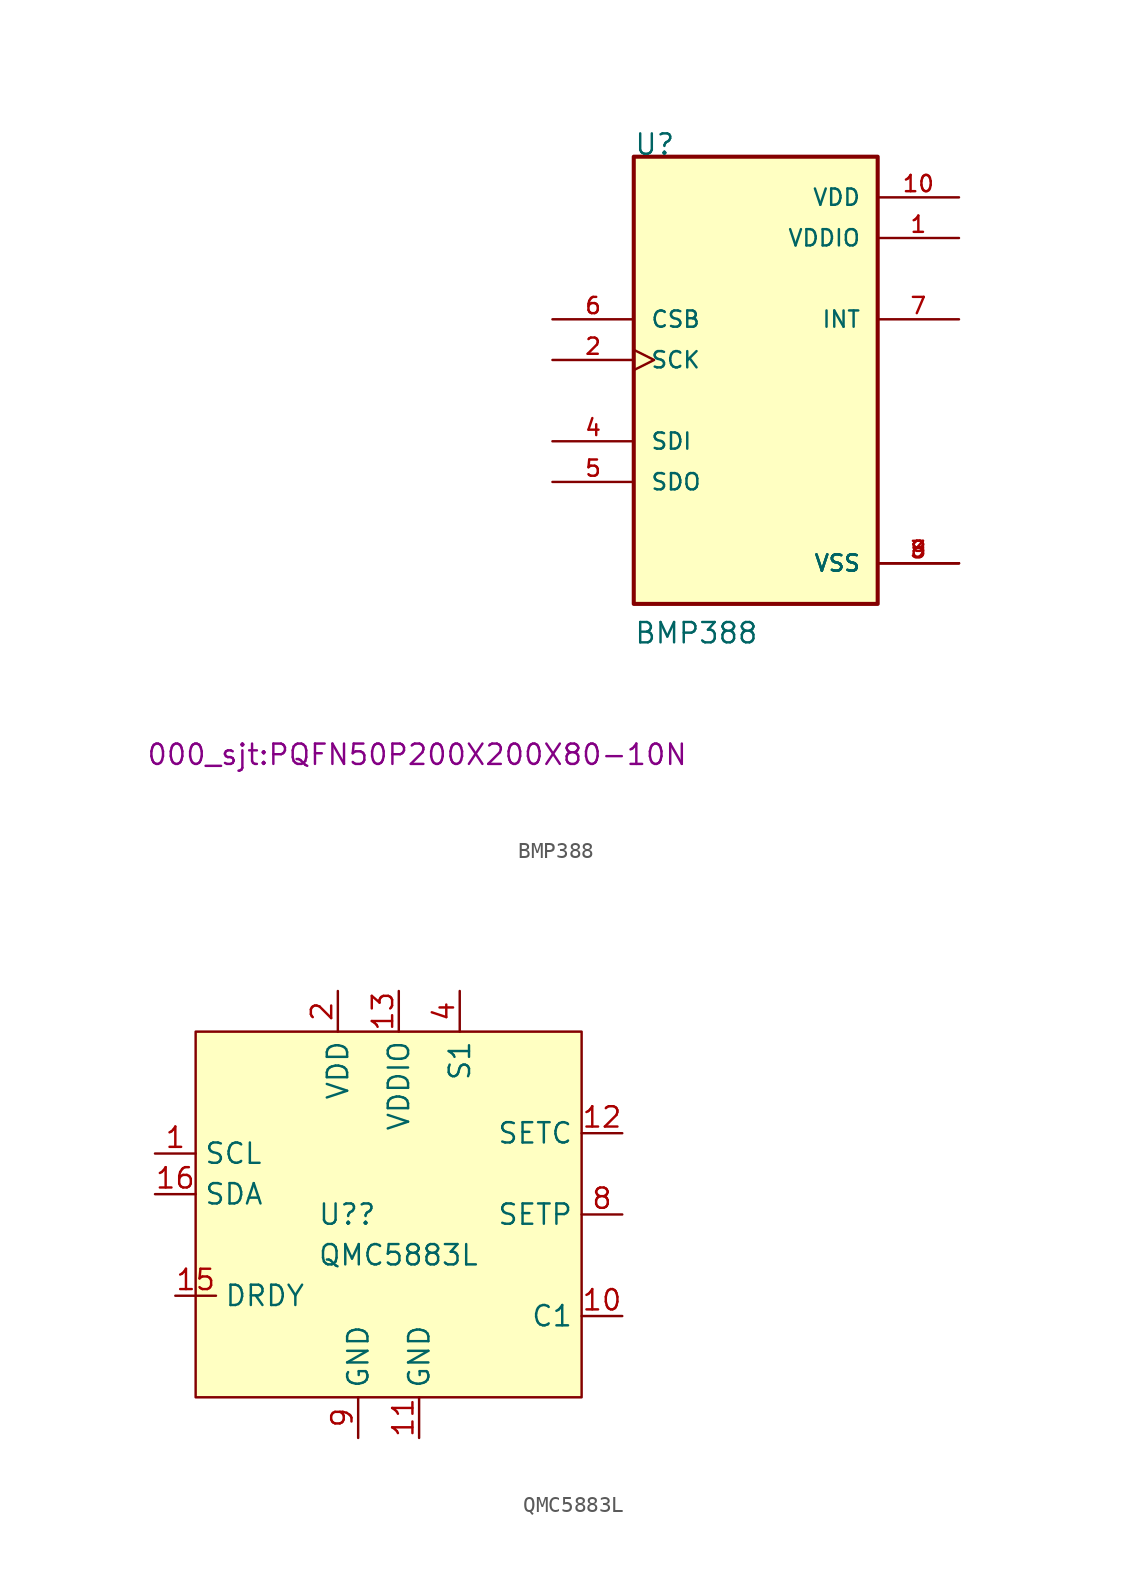
<source format=kicad_sym>
(kicad_symbol_lib
  (version 20211014)
  (generator kicad_symbol_editor)
  (symbol "BMP388"
    (pin_names
      (offset 1.016))
    (property "Reference" "U"
      (at -7.62 15.265 0)
      (effects (font (size 1.27 1.27)) (justify left bottom)))
    (property "Value" "BMP388"
      (at -7.62 -15.265 0)
      (effects (font (size 1.27 1.27)) (justify left bottom)))
    (property "Footprint" "000_sjt:PQFN50P200X200X80-10N"
      (at -38.1 -22.86 0)
      (effects (font (size 1.27 1.27)) (justify left bottom)))
    (symbol "BMP388_0_0"
      (rectangle (start -7.62 -12.7) (end 7.62 15.24) (stroke (width 0.254) (type default) (color 0 0 0 0)) (fill (type background)))
      (pin power_in line (at 12.7 10.16 180) (length 5.08) (name "VDDIO" (effects (font (size 1.016 1.016)))) (number "1" (effects (font (size 1.016 1.016)))))
      (pin power_in line (at 12.7 12.7 180) (length 5.08) (name "VDD" (effects (font (size 1.016 1.016)))) (number "10" (effects (font (size 1.016 1.016)))))
      (pin input clock (at -12.7 2.54 0) (length 5.08) (name "SCK" (effects (font (size 1.016 1.016)))) (number "2" (effects (font (size 1.016 1.016)))))
      (pin power_in line (at 12.7 -10.16 180) (length 5.08) (name "VSS" (effects (font (size 1.016 1.016)))) (number "3" (effects (font (size 1.016 1.016)))))
      (pin bidirectional line (at -12.7 -2.54 0) (length 5.08) (name "SDI" (effects (font (size 1.016 1.016)))) (number "4" (effects (font (size 1.016 1.016)))))
      (pin bidirectional line (at -12.7 -5.08 0) (length 5.08) (name "SDO" (effects (font (size 1.016 1.016)))) (number "5" (effects (font (size 1.016 1.016)))))
      (pin input line (at -12.7 5.08 0) (length 5.08) (name "CSB" (effects (font (size 1.016 1.016)))) (number "6" (effects (font (size 1.016 1.016)))))
      (pin output line (at 12.7 5.08 180) (length 5.08) (name "INT" (effects (font (size 1.016 1.016)))) (number "7" (effects (font (size 1.016 1.016)))))
      (pin power_in line (at 12.7 -10.16 180) (length 5.08) (name "VSS" (effects (font (size 1.016 1.016)))) (number "8" (effects (font (size 1.016 1.016)))))
      (pin power_in line (at 12.7 -10.16 180) (length 5.08) (name "VSS" (effects (font (size 1.016 1.016)))) (number "9" (effects (font (size 1.016 1.016)))))))
  (symbol "QMC5883L"
    (property "Reference" "U?"
      (at -3.81 0 0)
      (effects (font (size 1.27 1.27)) (justify left)))
    (property "Value" "QMC5883L"
      (at -3.81 -2.54 0)
      (effects (font (size 1.27 1.27)) (justify left)))
    (symbol "QMC5883L_0_1"
      (rectangle (start -11.43 11.43) (end 12.7 -11.43) (stroke (width 0) (type default) (color 0 0 0 0)) (fill (type background))))
    (symbol "QMC5883L_1_1"
      (pin input line (at -13.97 3.81 0) (length 2.54) (name "SCL" (effects (font (size 1.27 1.27)))) (number "1" (effects (font (size 1.27 1.27)))))
      (pin bidirectional line (at 15.24 -6.35 180) (length 2.54) (name "C1" (effects (font (size 1.27 1.27)))) (number "10" (effects (font (size 1.27 1.27)))))
      (pin power_in line (at 2.54 -13.97 90) (length 2.54) (name "GND" (effects (font (size 1.27 1.27)))) (number "11" (effects (font (size 1.27 1.27)))))
      (pin bidirectional line (at 15.24 5.08 180) (length 2.54) (name "SETC" (effects (font (size 1.27 1.27)))) (number "12" (effects (font (size 1.27 1.27)))))
      (pin power_in line (at 1.27 13.97 270) (length 2.54) (name "VDDIO" (effects (font (size 1.27 1.27)))) (number "13" (effects (font (size 1.27 1.27)))))
      (pin no_connect line (at 38.735 9.525 180) (length 2.54) hide (name "NC" (effects (font (size 1.27 1.27)))) (number "14" (effects (font (size 1.27 1.27)))))
      (pin output line (at -12.7 -5.08 0) (length 2.54) (name "DRDY" (effects (font (size 1.27 1.27)))) (number "15" (effects (font (size 1.27 1.27)))))
      (pin bidirectional line (at -13.97 1.27 0) (length 2.54) (name "SDA" (effects (font (size 1.27 1.27)))) (number "16" (effects (font (size 1.27 1.27)))))
      (pin power_in line (at -2.54 13.97 270) (length 2.54) (name "VDD" (effects (font (size 1.27 1.27)))) (number "2" (effects (font (size 1.27 1.27)))))
      (pin no_connect line (at 38.735 -10.795 180) (length 2.54) hide (name "NC" (effects (font (size 1.27 1.27)))) (number "3" (effects (font (size 1.27 1.27)))))
      (pin input line (at 5.08 13.97 270) (length 2.54) (name "S1" (effects (font (size 1.27 1.27)))) (number "4" (effects (font (size 1.27 1.27)))))
      (pin no_connect line (at 38.735 -5.715 180) (length 2.54) hide (name "NC" (effects (font (size 1.27 1.27)))) (number "5" (effects (font (size 1.27 1.27)))))
      (pin no_connect line (at 38.735 -0.635 180) (length 2.54) hide (name "NC" (effects (font (size 1.27 1.27)))) (number "6" (effects (font (size 1.27 1.27)))))
      (pin no_connect line (at 38.735 4.445 180) (length 2.54) hide (name "NC" (effects (font (size 1.27 1.27)))) (number "7" (effects (font (size 1.27 1.27)))))
      (pin bidirectional line (at 15.24 0 180) (length 2.54) (name "SETP" (effects (font (size 1.27 1.27)))) (number "8" (effects (font (size 1.27 1.27)))))
      (pin power_in line (at -1.27 -13.97 90) (length 2.54) (name "GND" (effects (font (size 1.27 1.27)))) (number "9" (effects (font (size 1.27 1.27))))))))
</source>
